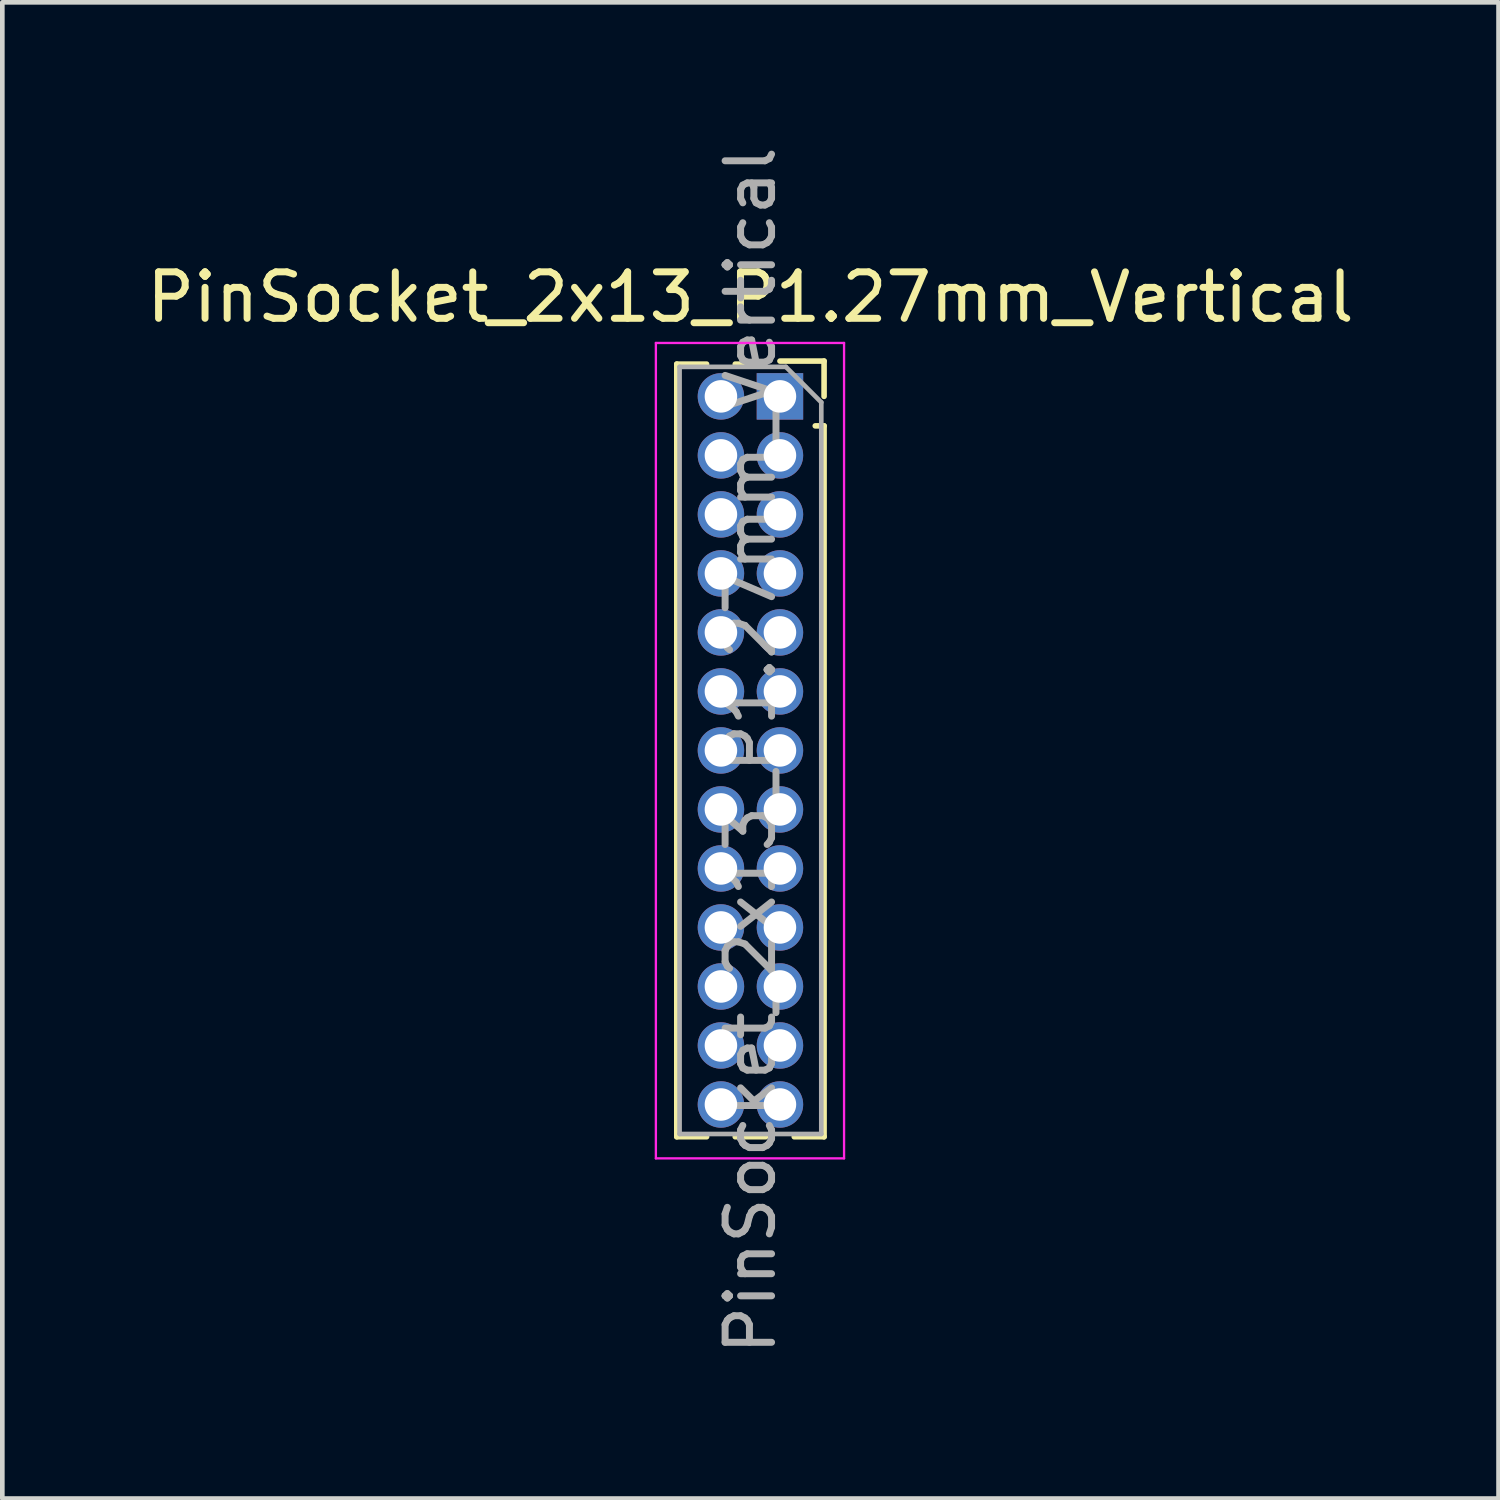
<source format=kicad_pcb>
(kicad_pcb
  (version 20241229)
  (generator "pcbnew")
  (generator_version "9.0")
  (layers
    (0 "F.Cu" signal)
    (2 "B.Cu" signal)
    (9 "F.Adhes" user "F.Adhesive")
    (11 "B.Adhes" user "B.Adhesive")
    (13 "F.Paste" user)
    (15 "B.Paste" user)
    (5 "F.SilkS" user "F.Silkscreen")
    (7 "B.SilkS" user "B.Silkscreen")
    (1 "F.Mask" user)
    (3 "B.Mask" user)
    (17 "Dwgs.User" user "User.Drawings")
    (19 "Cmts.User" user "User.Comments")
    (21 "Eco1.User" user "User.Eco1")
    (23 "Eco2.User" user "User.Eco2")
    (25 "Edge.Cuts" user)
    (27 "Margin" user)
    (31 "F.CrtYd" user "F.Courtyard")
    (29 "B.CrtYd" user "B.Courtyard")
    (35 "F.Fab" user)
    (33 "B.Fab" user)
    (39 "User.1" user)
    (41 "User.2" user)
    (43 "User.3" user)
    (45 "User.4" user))
  (footprint "PinSocket_2x13_P1.27mm_Vertical"
    (layer "F.Cu")
    (at 13.736 5.481)
    (property "Reference" "PinSocket_2x13_P1.27mm_Vertical" (at -0.635 -2.135 0) (layer "F.SilkS") (effects (font (size 1 1) (thickness 0.15))))
    (attr through_hole)
    (fp_line (start -2.22 -0.695) (end -2.22 15.935) (stroke (width 0.12) (type solid)) (layer "F.SilkS"))
    (fp_line (start -2.22 -0.695) (end -1.578 -0.695) (stroke (width 0.12) (type solid)) (layer "F.SilkS"))
    (fp_line (start -2.22 15.935) (end -1.578 15.935) (stroke (width 0.12) (type solid)) (layer "F.SilkS"))
    (fp_line (start -0.962 -0.695) (end -0.76 -0.695) (stroke (width 0.12) (type solid)) (layer "F.SilkS"))
    (fp_line (start -0.962 15.935) (end -0.308 15.935) (stroke (width 0.12) (type solid)) (layer "F.SilkS"))
    (fp_line (start 0 -0.76) (end 0.95 -0.76) (stroke (width 0.12) (type solid)) (layer "F.SilkS"))
    (fp_line (start 0.308 15.935) (end 0.95 15.935) (stroke (width 0.12) (type solid)) (layer "F.SilkS"))
    (fp_line (start 0.76 0.635) (end 0.95 0.635) (stroke (width 0.12) (type solid)) (layer "F.SilkS"))
    (fp_line (start 0.95 -0.76) (end 0.95 0) (stroke (width 0.12) (type solid)) (layer "F.SilkS"))
    (fp_line (start 0.95 0.635) (end 0.95 15.935) (stroke (width 0.12) (type solid)) (layer "F.SilkS"))
    (fp_line (start -2.67 -1.15) (end 1.38 -1.15) (stroke (width 0.05) (type solid)) (layer "F.CrtYd"))
    (fp_line (start -2.67 16.4) (end -2.67 -1.15) (stroke (width 0.05) (type solid)) (layer "F.CrtYd"))
    (fp_line (start 1.38 -1.15) (end 1.38 16.4) (stroke (width 0.05) (type solid)) (layer "F.CrtYd"))
    (fp_line (start 1.38 16.4) (end -2.67 16.4) (stroke (width 0.05) (type solid)) (layer "F.CrtYd"))
    (fp_line (start -2.16 -0.635) (end 0.128 -0.635) (stroke (width 0.1) (type solid)) (layer "F.Fab"))
    (fp_line (start -2.16 15.875) (end -2.16 -0.635) (stroke (width 0.1) (type solid)) (layer "F.Fab"))
    (fp_line (start 0.128 -0.635) (end 0.89 0.128) (stroke (width 0.1) (type solid)) (layer "F.Fab"))
    (fp_line (start 0.89 0.128) (end 0.89 15.875) (stroke (width 0.1) (type solid)) (layer "F.Fab"))
    (fp_line (start 0.89 15.875) (end -2.16 15.875) (stroke (width 0.1) (type solid)) (layer "F.Fab"))
    (fp_text user "${REFERENCE}" (at -0.635 7.62 90) (layer "F.Fab") (effects (font (size 1 1) (thickness 0.15))))
    (pad "1" thru_hole rect (at 0 0) (size 1 1) (drill 0.7) (layers "*.Cu" "*.Mask"))
    (pad "2" thru_hole circle (at -1.27 0) (size 1 1) (drill 0.7) (layers "*.Cu" "*.Mask"))
    (pad "3" thru_hole circle (at 0 1.27) (size 1 1) (drill 0.7) (layers "*.Cu" "*.Mask"))
    (pad "4" thru_hole circle (at -1.27 1.27) (size 1 1) (drill 0.7) (layers "*.Cu" "*.Mask"))
    (pad "5" thru_hole circle (at 0 2.54) (size 1 1) (drill 0.7) (layers "*.Cu" "*.Mask"))
    (pad "6" thru_hole circle (at -1.27 2.54) (size 1 1) (drill 0.7) (layers "*.Cu" "*.Mask"))
    (pad "7" thru_hole circle (at 0 3.81) (size 1 1) (drill 0.7) (layers "*.Cu" "*.Mask"))
    (pad "8" thru_hole circle (at -1.27 3.81) (size 1 1) (drill 0.7) (layers "*.Cu" "*.Mask"))
    (pad "9" thru_hole circle (at 0 5.08) (size 1 1) (drill 0.7) (layers "*.Cu" "*.Mask"))
    (pad "10" thru_hole circle (at -1.27 5.08) (size 1 1) (drill 0.7) (layers "*.Cu" "*.Mask"))
    (pad "11" thru_hole circle (at 0 6.35) (size 1 1) (drill 0.7) (layers "*.Cu" "*.Mask"))
    (pad "12" thru_hole circle (at -1.27 6.35) (size 1 1) (drill 0.7) (layers "*.Cu" "*.Mask"))
    (pad "13" thru_hole circle (at 0 7.62) (size 1 1) (drill 0.7) (layers "*.Cu" "*.Mask"))
    (pad "14" thru_hole circle (at -1.27 7.62) (size 1 1) (drill 0.7) (layers "*.Cu" "*.Mask"))
    (pad "15" thru_hole circle (at 0 8.89) (size 1 1) (drill 0.7) (layers "*.Cu" "*.Mask"))
    (pad "16" thru_hole circle (at -1.27 8.89) (size 1 1) (drill 0.7) (layers "*.Cu" "*.Mask"))
    (pad "17" thru_hole circle (at 0 10.16) (size 1 1) (drill 0.7) (layers "*.Cu" "*.Mask"))
    (pad "18" thru_hole circle (at -1.27 10.16) (size 1 1) (drill 0.7) (layers "*.Cu" "*.Mask"))
    (pad "19" thru_hole circle (at 0 11.43) (size 1 1) (drill 0.7) (layers "*.Cu" "*.Mask"))
    (pad "20" thru_hole circle (at -1.27 11.43) (size 1 1) (drill 0.7) (layers "*.Cu" "*.Mask"))
    (pad "21" thru_hole circle (at 0 12.7) (size 1 1) (drill 0.7) (layers "*.Cu" "*.Mask"))
    (pad "22" thru_hole circle (at -1.27 12.7) (size 1 1) (drill 0.7) (layers "*.Cu" "*.Mask"))
    (pad "23" thru_hole circle (at 0 13.97) (size 1 1) (drill 0.7) (layers "*.Cu" "*.Mask"))
    (pad "24" thru_hole circle (at -1.27 13.97) (size 1 1) (drill 0.7) (layers "*.Cu" "*.Mask"))
    (pad "25" thru_hole circle (at 0 15.24) (size 1 1) (drill 0.7) (layers "*.Cu" "*.Mask"))
    (pad "26" thru_hole circle (at -1.27 15.24) (size 1 1) (drill 0.7) (layers "*.Cu" "*.Mask")))
  (gr_rect
    (start -3 -3)
    (end 29.202 29.202)
    (stroke (width 0.1) (type default))
    (fill no)
    (layer "Edge.Cuts")))
</source>
